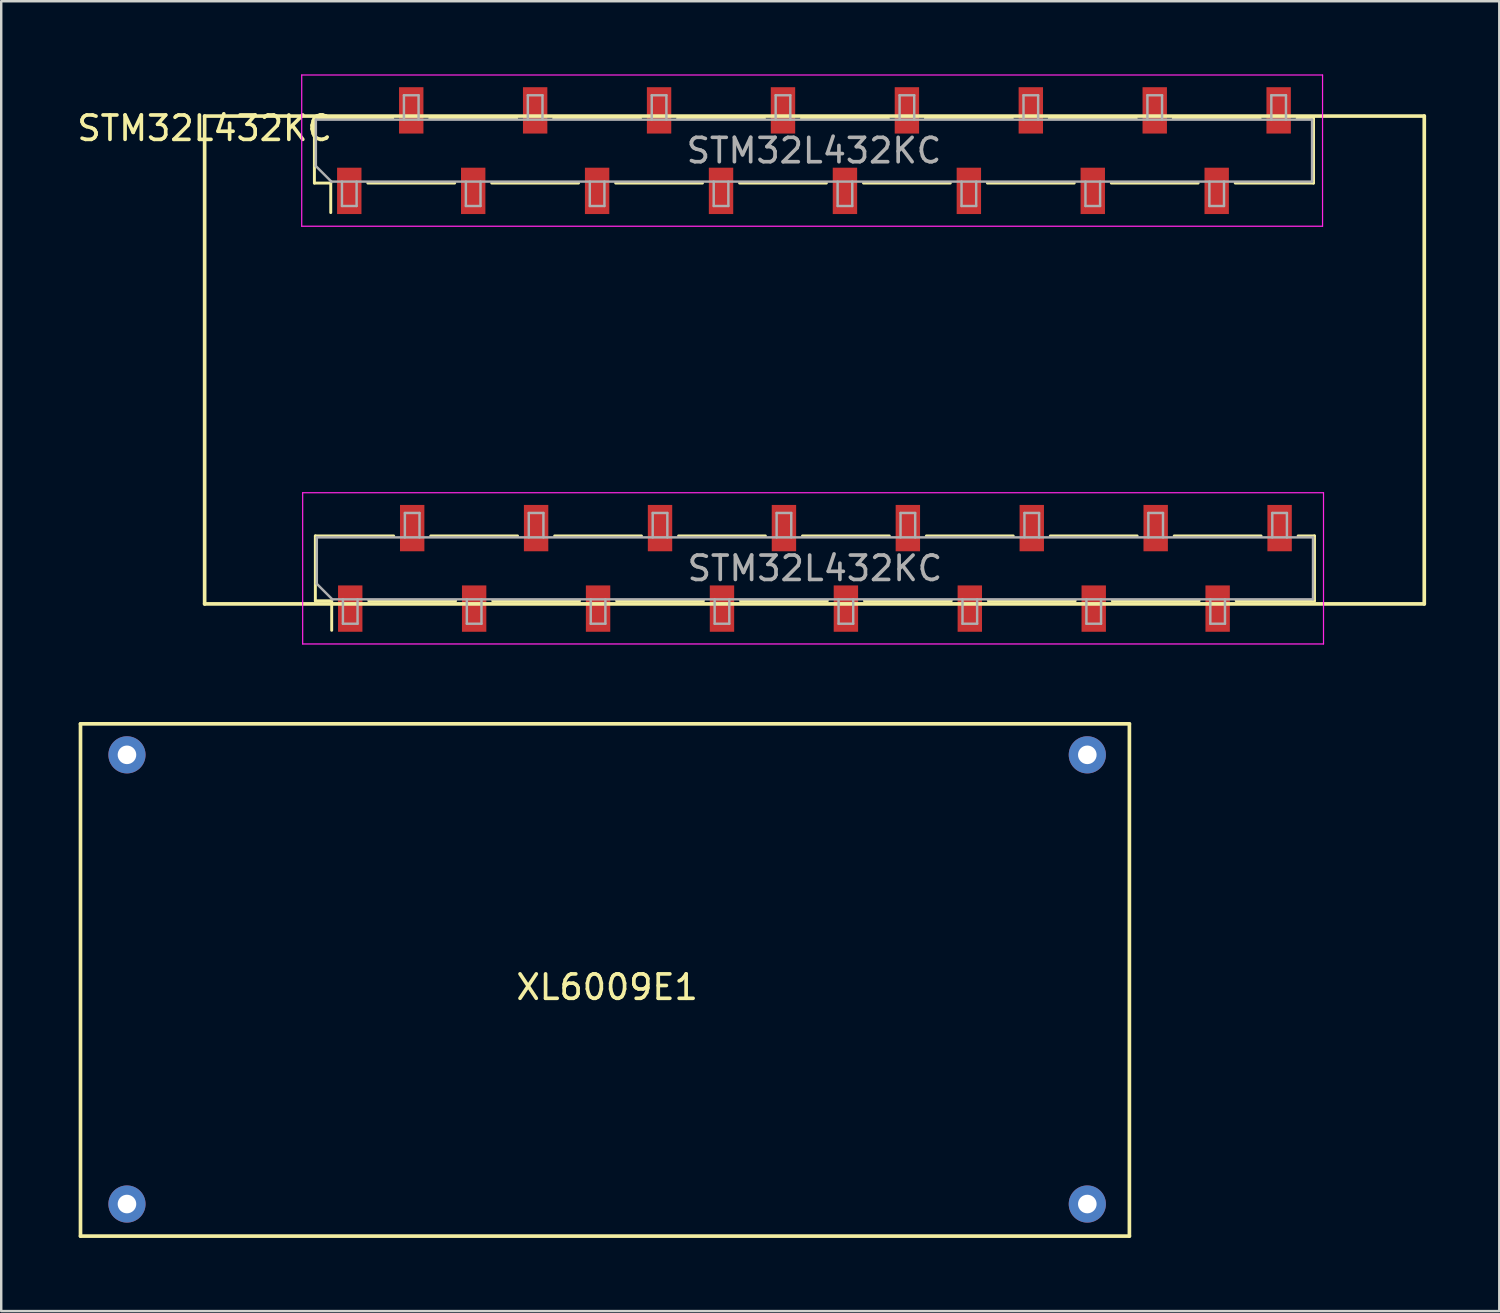
<source format=kicad_pcb>
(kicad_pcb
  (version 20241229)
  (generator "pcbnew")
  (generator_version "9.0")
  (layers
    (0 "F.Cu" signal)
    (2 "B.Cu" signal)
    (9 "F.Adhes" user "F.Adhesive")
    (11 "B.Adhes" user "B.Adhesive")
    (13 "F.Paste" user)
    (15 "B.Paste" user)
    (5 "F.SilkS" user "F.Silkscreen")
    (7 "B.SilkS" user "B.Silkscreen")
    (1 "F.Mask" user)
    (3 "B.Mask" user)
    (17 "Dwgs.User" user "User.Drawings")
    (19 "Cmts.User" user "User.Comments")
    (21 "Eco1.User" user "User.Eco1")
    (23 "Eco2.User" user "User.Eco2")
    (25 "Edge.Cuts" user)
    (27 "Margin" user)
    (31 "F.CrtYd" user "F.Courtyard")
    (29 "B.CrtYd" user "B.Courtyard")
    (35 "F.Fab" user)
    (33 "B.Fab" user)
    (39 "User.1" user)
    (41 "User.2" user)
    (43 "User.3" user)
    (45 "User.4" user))
  (footprint "XL6009E1"
    (layer "F.Cu")
    (at 0.25 26.625)
    (property "Reference" "XL6009E1" (at 21.59 10.795 0) (layer "F.SilkS") (effects (font (size 1 1) (thickness 0.15))))
    (attr through_hole)
    (fp_line (start 0 0) (end 0 21) (stroke (width 0.15) (type solid)) (layer "F.SilkS"))
    (fp_line (start 0 0) (end 43 0) (stroke (width 0.15) (type solid)) (layer "F.SilkS"))
    (fp_line (start 0 21) (end 43 21) (stroke (width 0.15) (type solid)) (layer "F.SilkS"))
    (fp_line (start 43 21) (end 43 0) (stroke (width 0.15) (type solid)) (layer "F.SilkS"))
    (pad "1" thru_hole circle (at 1.905 1.27) (size 1.524 1.524) (drill 0.762) (layers "*.Cu" "*.Mask"))
    (pad "2" thru_hole circle (at 1.905 19.685) (size 1.524 1.524) (drill 0.762) (layers "*.Cu" "*.Mask"))
    (pad "3" thru_hole circle (at 41.275 1.27) (size 1.524 1.524) (drill 0.762) (layers "*.Cu" "*.Mask"))
    (pad "4" thru_hole circle (at 41.275 19.685) (size 1.524 1.524) (drill 0.762) (layers "*.Cu" "*.Mask")))
  (footprint "STM32L432KC"
    (layer "F.Cu")
    (at 5.339 1.708)
    (property "Reference" "STM32L432KC" (at 0 0.5 0) (layer "F.SilkS") (effects (font (size 1 1) (thickness 0.15))))
    (attr through_hole)
    (fp_line (start 0 0) (end 0 20) (stroke (width 0.15) (type solid)) (layer "F.SilkS"))
    (fp_line (start 0 0) (end 50 0) (stroke (width 0.15) (type solid)) (layer "F.SilkS"))
    (fp_line (start 0 20) (end 50 20) (stroke (width 0.15) (type solid)) (layer "F.SilkS"))
    (fp_line (start 4.5 0.087) (end 7.71 0.087) (stroke (width 0.12) (type solid)) (layer "F.SilkS"))
    (fp_line (start 4.5 2.747) (end 4.5 0.087) (stroke (width 0.12) (type solid)) (layer "F.SilkS"))
    (fp_line (start 4.5 2.747) (end 5.17 2.747) (stroke (width 0.12) (type solid)) (layer "F.SilkS"))
    (fp_line (start 4.539 17.212) (end 7.749 17.212) (stroke (width 0.12) (type solid)) (layer "F.SilkS"))
    (fp_line (start 4.539 19.872) (end 4.539 17.212) (stroke (width 0.12) (type solid)) (layer "F.SilkS"))
    (fp_line (start 4.539 19.872) (end 5.209 19.872) (stroke (width 0.12) (type solid)) (layer "F.SilkS"))
    (fp_line (start 5.17 3.957) (end 5.17 2.747) (stroke (width 0.12) (type solid)) (layer "F.SilkS"))
    (fp_line (start 5.209 21.082) (end 5.209 19.872) (stroke (width 0.12) (type solid)) (layer "F.SilkS"))
    (fp_line (start 6.69 2.747) (end 10.25 2.747) (stroke (width 0.12) (type solid)) (layer "F.SilkS"))
    (fp_line (start 6.729 19.872) (end 10.289 19.872) (stroke (width 0.12) (type solid)) (layer "F.SilkS"))
    (fp_line (start 9.23 0.087) (end 12.79 0.087) (stroke (width 0.12) (type solid)) (layer "F.SilkS"))
    (fp_line (start 9.269 17.212) (end 12.829 17.212) (stroke (width 0.12) (type solid)) (layer "F.SilkS"))
    (fp_line (start 11.77 2.747) (end 15.33 2.747) (stroke (width 0.12) (type solid)) (layer "F.SilkS"))
    (fp_line (start 11.809 19.872) (end 15.369 19.872) (stroke (width 0.12) (type solid)) (layer "F.SilkS"))
    (fp_line (start 14.31 0.087) (end 17.87 0.087) (stroke (width 0.12) (type solid)) (layer "F.SilkS"))
    (fp_line (start 14.349 17.212) (end 17.909 17.212) (stroke (width 0.12) (type solid)) (layer "F.SilkS"))
    (fp_line (start 16.85 2.747) (end 20.41 2.747) (stroke (width 0.12) (type solid)) (layer "F.SilkS"))
    (fp_line (start 16.889 19.872) (end 20.449 19.872) (stroke (width 0.12) (type solid)) (layer "F.SilkS"))
    (fp_line (start 19.39 0.087) (end 22.95 0.087) (stroke (width 0.12) (type solid)) (layer "F.SilkS"))
    (fp_line (start 19.429 17.212) (end 22.989 17.212) (stroke (width 0.12) (type solid)) (layer "F.SilkS"))
    (fp_line (start 21.93 2.747) (end 25.49 2.747) (stroke (width 0.12) (type solid)) (layer "F.SilkS"))
    (fp_line (start 21.969 19.872) (end 25.529 19.872) (stroke (width 0.12) (type solid)) (layer "F.SilkS"))
    (fp_line (start 24.47 0.087) (end 28.03 0.087) (stroke (width 0.12) (type solid)) (layer "F.SilkS"))
    (fp_line (start 24.509 17.212) (end 28.069 17.212) (stroke (width 0.12) (type solid)) (layer "F.SilkS"))
    (fp_line (start 27.01 2.747) (end 30.57 2.747) (stroke (width 0.12) (type solid)) (layer "F.SilkS"))
    (fp_line (start 27.049 19.872) (end 30.609 19.872) (stroke (width 0.12) (type solid)) (layer "F.SilkS"))
    (fp_line (start 29.55 0.087) (end 33.11 0.087) (stroke (width 0.12) (type solid)) (layer "F.SilkS"))
    (fp_line (start 29.589 17.212) (end 33.149 17.212) (stroke (width 0.12) (type solid)) (layer "F.SilkS"))
    (fp_line (start 32.09 2.747) (end 35.65 2.747) (stroke (width 0.12) (type solid)) (layer "F.SilkS"))
    (fp_line (start 32.129 19.872) (end 35.689 19.872) (stroke (width 0.12) (type solid)) (layer "F.SilkS"))
    (fp_line (start 34.63 0.087) (end 38.19 0.087) (stroke (width 0.12) (type solid)) (layer "F.SilkS"))
    (fp_line (start 34.669 17.212) (end 38.229 17.212) (stroke (width 0.12) (type solid)) (layer "F.SilkS"))
    (fp_line (start 37.17 2.747) (end 40.73 2.747) (stroke (width 0.12) (type solid)) (layer "F.SilkS"))
    (fp_line (start 37.209 19.872) (end 40.769 19.872) (stroke (width 0.12) (type solid)) (layer "F.SilkS"))
    (fp_line (start 39.71 0.087) (end 43.27 0.087) (stroke (width 0.12) (type solid)) (layer "F.SilkS"))
    (fp_line (start 39.749 17.212) (end 43.309 17.212) (stroke (width 0.12) (type solid)) (layer "F.SilkS"))
    (fp_line (start 42.25 2.747) (end 45.46 2.747) (stroke (width 0.12) (type solid)) (layer "F.SilkS"))
    (fp_line (start 42.289 19.872) (end 45.499 19.872) (stroke (width 0.12) (type solid)) (layer "F.SilkS"))
    (fp_line (start 44.79 0.087) (end 45.46 0.087) (stroke (width 0.12) (type solid)) (layer "F.SilkS"))
    (fp_line (start 44.829 17.212) (end 45.499 17.212) (stroke (width 0.12) (type solid)) (layer "F.SilkS"))
    (fp_line (start 45.46 2.747) (end 45.46 0.087) (stroke (width 0.12) (type solid)) (layer "F.SilkS"))
    (fp_line (start 45.499 19.872) (end 45.499 17.212) (stroke (width 0.12) (type solid)) (layer "F.SilkS"))
    (fp_line (start 50 0) (end 50 20) (stroke (width 0.15) (type solid)) (layer "F.SilkS"))
    (fp_line (start 3.98 -1.683) (end 45.83 -1.683) (stroke (width 0.05) (type solid)) (layer "F.CrtYd"))
    (fp_line (start 3.98 4.517) (end 3.98 -1.683) (stroke (width 0.05) (type solid)) (layer "F.CrtYd"))
    (fp_line (start 4.019 15.442) (end 45.869 15.442) (stroke (width 0.05) (type solid)) (layer "F.CrtYd"))
    (fp_line (start 4.019 21.642) (end 4.019 15.442) (stroke (width 0.05) (type solid)) (layer "F.CrtYd"))
    (fp_line (start 45.83 -1.683) (end 45.83 4.517) (stroke (width 0.05) (type solid)) (layer "F.CrtYd"))
    (fp_line (start 45.83 4.517) (end 3.98 4.517) (stroke (width 0.05) (type solid)) (layer "F.CrtYd"))
    (fp_line (start 45.869 15.442) (end 45.869 21.642) (stroke (width 0.05) (type solid)) (layer "F.CrtYd"))
    (fp_line (start 45.869 21.642) (end 4.019 21.642) (stroke (width 0.05) (type solid)) (layer "F.CrtYd"))
    (fp_line (start 4.56 0.147) (end 45.4 0.147) (stroke (width 0.1) (type solid)) (layer "F.Fab"))
    (fp_line (start 4.56 2.052) (end 4.56 0.147) (stroke (width 0.1) (type solid)) (layer "F.Fab"))
    (fp_line (start 4.599 17.272) (end 45.439 17.272) (stroke (width 0.1) (type solid)) (layer "F.Fab"))
    (fp_line (start 4.599 19.177) (end 4.599 17.272) (stroke (width 0.1) (type solid)) (layer "F.Fab"))
    (fp_line (start 5.195 2.687) (end 4.56 2.052) (stroke (width 0.1) (type solid)) (layer "F.Fab"))
    (fp_line (start 5.234 19.812) (end 4.599 19.177) (stroke (width 0.1) (type solid)) (layer "F.Fab"))
    (fp_line (start 5.63 3.687) (end 5.63 2.687) (stroke (width 0.1) (type solid)) (layer "F.Fab"))
    (fp_line (start 5.669 20.812) (end 5.669 19.812) (stroke (width 0.1) (type solid)) (layer "F.Fab"))
    (fp_line (start 6.23 2.687) (end 6.23 3.687) (stroke (width 0.1) (type solid)) (layer "F.Fab"))
    (fp_line (start 6.23 3.687) (end 5.63 3.687) (stroke (width 0.1) (type solid)) (layer "F.Fab"))
    (fp_line (start 6.269 19.812) (end 6.269 20.812) (stroke (width 0.1) (type solid)) (layer "F.Fab"))
    (fp_line (start 6.269 20.812) (end 5.669 20.812) (stroke (width 0.1) (type solid)) (layer "F.Fab"))
    (fp_line (start 8.17 -0.853) (end 8.77 -0.853) (stroke (width 0.1) (type solid)) (layer "F.Fab"))
    (fp_line (start 8.17 0.147) (end 8.17 -0.853) (stroke (width 0.1) (type solid)) (layer "F.Fab"))
    (fp_line (start 8.209 16.272) (end 8.809 16.272) (stroke (width 0.1) (type solid)) (layer "F.Fab"))
    (fp_line (start 8.209 17.272) (end 8.209 16.272) (stroke (width 0.1) (type solid)) (layer "F.Fab"))
    (fp_line (start 8.77 -0.853) (end 8.77 0.147) (stroke (width 0.1) (type solid)) (layer "F.Fab"))
    (fp_line (start 8.809 16.272) (end 8.809 17.272) (stroke (width 0.1) (type solid)) (layer "F.Fab"))
    (fp_line (start 10.71 3.687) (end 10.71 2.687) (stroke (width 0.1) (type solid)) (layer "F.Fab"))
    (fp_line (start 10.749 20.812) (end 10.749 19.812) (stroke (width 0.1) (type solid)) (layer "F.Fab"))
    (fp_line (start 11.31 2.687) (end 11.31 3.687) (stroke (width 0.1) (type solid)) (layer "F.Fab"))
    (fp_line (start 11.31 3.687) (end 10.71 3.687) (stroke (width 0.1) (type solid)) (layer "F.Fab"))
    (fp_line (start 11.349 19.812) (end 11.349 20.812) (stroke (width 0.1) (type solid)) (layer "F.Fab"))
    (fp_line (start 11.349 20.812) (end 10.749 20.812) (stroke (width 0.1) (type solid)) (layer "F.Fab"))
    (fp_line (start 13.25 -0.853) (end 13.85 -0.853) (stroke (width 0.1) (type solid)) (layer "F.Fab"))
    (fp_line (start 13.25 0.147) (end 13.25 -0.853) (stroke (width 0.1) (type solid)) (layer "F.Fab"))
    (fp_line (start 13.289 16.272) (end 13.889 16.272) (stroke (width 0.1) (type solid)) (layer "F.Fab"))
    (fp_line (start 13.289 17.272) (end 13.289 16.272) (stroke (width 0.1) (type solid)) (layer "F.Fab"))
    (fp_line (start 13.85 -0.853) (end 13.85 0.147) (stroke (width 0.1) (type solid)) (layer "F.Fab"))
    (fp_line (start 13.889 16.272) (end 13.889 17.272) (stroke (width 0.1) (type solid)) (layer "F.Fab"))
    (fp_line (start 15.79 3.687) (end 15.79 2.687) (stroke (width 0.1) (type solid)) (layer "F.Fab"))
    (fp_line (start 15.829 20.812) (end 15.829 19.812) (stroke (width 0.1) (type solid)) (layer "F.Fab"))
    (fp_line (start 16.39 2.687) (end 16.39 3.687) (stroke (width 0.1) (type solid)) (layer "F.Fab"))
    (fp_line (start 16.39 3.687) (end 15.79 3.687) (stroke (width 0.1) (type solid)) (layer "F.Fab"))
    (fp_line (start 16.429 19.812) (end 16.429 20.812) (stroke (width 0.1) (type solid)) (layer "F.Fab"))
    (fp_line (start 16.429 20.812) (end 15.829 20.812) (stroke (width 0.1) (type solid)) (layer "F.Fab"))
    (fp_line (start 18.33 -0.853) (end 18.93 -0.853) (stroke (width 0.1) (type solid)) (layer "F.Fab"))
    (fp_line (start 18.33 0.147) (end 18.33 -0.853) (stroke (width 0.1) (type solid)) (layer "F.Fab"))
    (fp_line (start 18.369 16.272) (end 18.969 16.272) (stroke (width 0.1) (type solid)) (layer "F.Fab"))
    (fp_line (start 18.369 17.272) (end 18.369 16.272) (stroke (width 0.1) (type solid)) (layer "F.Fab"))
    (fp_line (start 18.93 -0.853) (end 18.93 0.147) (stroke (width 0.1) (type solid)) (layer "F.Fab"))
    (fp_line (start 18.969 16.272) (end 18.969 17.272) (stroke (width 0.1) (type solid)) (layer "F.Fab"))
    (fp_line (start 20.87 3.687) (end 20.87 2.687) (stroke (width 0.1) (type solid)) (layer "F.Fab"))
    (fp_line (start 20.909 20.812) (end 20.909 19.812) (stroke (width 0.1) (type solid)) (layer "F.Fab"))
    (fp_line (start 21.47 2.687) (end 21.47 3.687) (stroke (width 0.1) (type solid)) (layer "F.Fab"))
    (fp_line (start 21.47 3.687) (end 20.87 3.687) (stroke (width 0.1) (type solid)) (layer "F.Fab"))
    (fp_line (start 21.509 19.812) (end 21.509 20.812) (stroke (width 0.1) (type solid)) (layer "F.Fab"))
    (fp_line (start 21.509 20.812) (end 20.909 20.812) (stroke (width 0.1) (type solid)) (layer "F.Fab"))
    (fp_line (start 23.41 -0.853) (end 24.01 -0.853) (stroke (width 0.1) (type solid)) (layer "F.Fab"))
    (fp_line (start 23.41 0.147) (end 23.41 -0.853) (stroke (width 0.1) (type solid)) (layer "F.Fab"))
    (fp_line (start 23.449 16.272) (end 24.049 16.272) (stroke (width 0.1) (type solid)) (layer "F.Fab"))
    (fp_line (start 23.449 17.272) (end 23.449 16.272) (stroke (width 0.1) (type solid)) (layer "F.Fab"))
    (fp_line (start 24.01 -0.853) (end 24.01 0.147) (stroke (width 0.1) (type solid)) (layer "F.Fab"))
    (fp_line (start 24.049 16.272) (end 24.049 17.272) (stroke (width 0.1) (type solid)) (layer "F.Fab"))
    (fp_line (start 25.95 3.687) (end 25.95 2.687) (stroke (width 0.1) (type solid)) (layer "F.Fab"))
    (fp_line (start 25.989 20.812) (end 25.989 19.812) (stroke (width 0.1) (type solid)) (layer "F.Fab"))
    (fp_line (start 26.55 2.687) (end 26.55 3.687) (stroke (width 0.1) (type solid)) (layer "F.Fab"))
    (fp_line (start 26.55 3.687) (end 25.95 3.687) (stroke (width 0.1) (type solid)) (layer "F.Fab"))
    (fp_line (start 26.589 19.812) (end 26.589 20.812) (stroke (width 0.1) (type solid)) (layer "F.Fab"))
    (fp_line (start 26.589 20.812) (end 25.989 20.812) (stroke (width 0.1) (type solid)) (layer "F.Fab"))
    (fp_line (start 28.49 -0.853) (end 29.09 -0.853) (stroke (width 0.1) (type solid)) (layer "F.Fab"))
    (fp_line (start 28.49 0.147) (end 28.49 -0.853) (stroke (width 0.1) (type solid)) (layer "F.Fab"))
    (fp_line (start 28.529 16.272) (end 29.129 16.272) (stroke (width 0.1) (type solid)) (layer "F.Fab"))
    (fp_line (start 28.529 17.272) (end 28.529 16.272) (stroke (width 0.1) (type solid)) (layer "F.Fab"))
    (fp_line (start 29.09 -0.853) (end 29.09 0.147) (stroke (width 0.1) (type solid)) (layer "F.Fab"))
    (fp_line (start 29.129 16.272) (end 29.129 17.272) (stroke (width 0.1) (type solid)) (layer "F.Fab"))
    (fp_line (start 31.03 3.687) (end 31.03 2.687) (stroke (width 0.1) (type solid)) (layer "F.Fab"))
    (fp_line (start 31.069 20.812) (end 31.069 19.812) (stroke (width 0.1) (type solid)) (layer "F.Fab"))
    (fp_line (start 31.63 2.687) (end 31.63 3.687) (stroke (width 0.1) (type solid)) (layer "F.Fab"))
    (fp_line (start 31.63 3.687) (end 31.03 3.687) (stroke (width 0.1) (type solid)) (layer "F.Fab"))
    (fp_line (start 31.669 19.812) (end 31.669 20.812) (stroke (width 0.1) (type solid)) (layer "F.Fab"))
    (fp_line (start 31.669 20.812) (end 31.069 20.812) (stroke (width 0.1) (type solid)) (layer "F.Fab"))
    (fp_line (start 33.57 -0.853) (end 34.17 -0.853) (stroke (width 0.1) (type solid)) (layer "F.Fab"))
    (fp_line (start 33.57 0.147) (end 33.57 -0.853) (stroke (width 0.1) (type solid)) (layer "F.Fab"))
    (fp_line (start 33.609 16.272) (end 34.209 16.272) (stroke (width 0.1) (type solid)) (layer "F.Fab"))
    (fp_line (start 33.609 17.272) (end 33.609 16.272) (stroke (width 0.1) (type solid)) (layer "F.Fab"))
    (fp_line (start 34.17 -0.853) (end 34.17 0.147) (stroke (width 0.1) (type solid)) (layer "F.Fab"))
    (fp_line (start 34.209 16.272) (end 34.209 17.272) (stroke (width 0.1) (type solid)) (layer "F.Fab"))
    (fp_line (start 36.11 3.687) (end 36.11 2.687) (stroke (width 0.1) (type solid)) (layer "F.Fab"))
    (fp_line (start 36.149 20.812) (end 36.149 19.812) (stroke (width 0.1) (type solid)) (layer "F.Fab"))
    (fp_line (start 36.71 2.687) (end 36.71 3.687) (stroke (width 0.1) (type solid)) (layer "F.Fab"))
    (fp_line (start 36.71 3.687) (end 36.11 3.687) (stroke (width 0.1) (type solid)) (layer "F.Fab"))
    (fp_line (start 36.749 19.812) (end 36.749 20.812) (stroke (width 0.1) (type solid)) (layer "F.Fab"))
    (fp_line (start 36.749 20.812) (end 36.149 20.812) (stroke (width 0.1) (type solid)) (layer "F.Fab"))
    (fp_line (start 38.65 -0.853) (end 39.25 -0.853) (stroke (width 0.1) (type solid)) (layer "F.Fab"))
    (fp_line (start 38.65 0.147) (end 38.65 -0.853) (stroke (width 0.1) (type solid)) (layer "F.Fab"))
    (fp_line (start 38.689 16.272) (end 39.289 16.272) (stroke (width 0.1) (type solid)) (layer "F.Fab"))
    (fp_line (start 38.689 17.272) (end 38.689 16.272) (stroke (width 0.1) (type solid)) (layer "F.Fab"))
    (fp_line (start 39.25 -0.853) (end 39.25 0.147) (stroke (width 0.1) (type solid)) (layer "F.Fab"))
    (fp_line (start 39.289 16.272) (end 39.289 17.272) (stroke (width 0.1) (type solid)) (layer "F.Fab"))
    (fp_line (start 41.19 3.687) (end 41.19 2.687) (stroke (width 0.1) (type solid)) (layer "F.Fab"))
    (fp_line (start 41.229 20.812) (end 41.229 19.812) (stroke (width 0.1) (type solid)) (layer "F.Fab"))
    (fp_line (start 41.79 2.687) (end 41.79 3.687) (stroke (width 0.1) (type solid)) (layer "F.Fab"))
    (fp_line (start 41.79 3.687) (end 41.19 3.687) (stroke (width 0.1) (type solid)) (layer "F.Fab"))
    (fp_line (start 41.829 19.812) (end 41.829 20.812) (stroke (width 0.1) (type solid)) (layer "F.Fab"))
    (fp_line (start 41.829 20.812) (end 41.229 20.812) (stroke (width 0.1) (type solid)) (layer "F.Fab"))
    (fp_line (start 43.73 -0.853) (end 44.33 -0.853) (stroke (width 0.1) (type solid)) (layer "F.Fab"))
    (fp_line (start 43.73 0.147) (end 43.73 -0.853) (stroke (width 0.1) (type solid)) (layer "F.Fab"))
    (fp_line (start 43.769 16.272) (end 44.369 16.272) (stroke (width 0.1) (type solid)) (layer "F.Fab"))
    (fp_line (start 43.769 17.272) (end 43.769 16.272) (stroke (width 0.1) (type solid)) (layer "F.Fab"))
    (fp_line (start 44.33 -0.853) (end 44.33 0.147) (stroke (width 0.1) (type solid)) (layer "F.Fab"))
    (fp_line (start 44.369 16.272) (end 44.369 17.272) (stroke (width 0.1) (type solid)) (layer "F.Fab"))
    (fp_line (start 45.4 0.147) (end 45.4 2.687) (stroke (width 0.1) (type solid)) (layer "F.Fab"))
    (fp_line (start 45.4 2.687) (end 5.195 2.687) (stroke (width 0.1) (type solid)) (layer "F.Fab"))
    (fp_line (start 45.439 17.272) (end 45.439 19.812) (stroke (width 0.1) (type solid)) (layer "F.Fab"))
    (fp_line (start 45.439 19.812) (end 5.234 19.812) (stroke (width 0.1) (type solid)) (layer "F.Fab"))
    (fp_text user "${REFERENCE}" (at 25.019 18.542 180) (layer "F.Fab") (effects (font (size 1 1) (thickness 0.15))))
    (fp_text user "${REFERENCE}" (at 24.98 1.417 180) (layer "F.Fab") (effects (font (size 1 1) (thickness 0.15))))
    (pad "1" smd rect (at 5.93 3.067 90) (size 1.9 1) (layers "F.Cu" "F.Mask" "F.Paste"))
    (pad "2" smd rect (at 8.47 -0.233 90) (size 1.9 1) (layers "F.Cu" "F.Mask" "F.Paste"))
    (pad "3" smd rect (at 11.01 3.067 90) (size 1.9 1) (layers "F.Cu" "F.Mask" "F.Paste"))
    (pad "4" smd rect (at 13.55 -0.233 90) (size 1.9 1) (layers "F.Cu" "F.Mask" "F.Paste"))
    (pad "5" smd rect (at 16.09 3.067 90) (size 1.9 1) (layers "F.Cu" "F.Mask" "F.Paste"))
    (pad "6" smd rect (at 18.63 -0.233 90) (size 1.9 1) (layers "F.Cu" "F.Mask" "F.Paste"))
    (pad "7" smd rect (at 21.17 3.067 90) (size 1.9 1) (layers "F.Cu" "F.Mask" "F.Paste"))
    (pad "8" smd rect (at 23.71 -0.233 90) (size 1.9 1) (layers "F.Cu" "F.Mask" "F.Paste"))
    (pad "9" smd rect (at 26.25 3.067 90) (size 1.9 1) (layers "F.Cu" "F.Mask" "F.Paste"))
    (pad "10" smd rect (at 28.79 -0.233 90) (size 1.9 1) (layers "F.Cu" "F.Mask" "F.Paste"))
    (pad "11" smd rect (at 31.33 3.067 90) (size 1.9 1) (layers "F.Cu" "F.Mask" "F.Paste"))
    (pad "12" smd rect (at 33.87 -0.233 90) (size 1.9 1) (layers "F.Cu" "F.Mask" "F.Paste"))
    (pad "13" smd rect (at 36.41 3.067 90) (size 1.9 1) (layers "F.Cu" "F.Mask" "F.Paste"))
    (pad "14" smd rect (at 38.95 -0.233 90) (size 1.9 1) (layers "F.Cu" "F.Mask" "F.Paste"))
    (pad "15" smd rect (at 41.49 3.067 90) (size 1.9 1) (layers "F.Cu" "F.Mask" "F.Paste"))
    (pad "16" smd rect (at 44.03 -0.233 90) (size 1.9 1) (layers "F.Cu" "F.Mask" "F.Paste"))
    (pad "17" smd rect (at 44.069 16.892 90) (size 1.9 1) (layers "F.Cu" "F.Mask" "F.Paste"))
    (pad "18" smd rect (at 41.529 20.192 90) (size 1.9 1) (layers "F.Cu" "F.Mask" "F.Paste"))
    (pad "19" smd rect (at 38.989 16.892 90) (size 1.9 1) (layers "F.Cu" "F.Mask" "F.Paste"))
    (pad "20" smd rect (at 36.449 20.192 90) (size 1.9 1) (layers "F.Cu" "F.Mask" "F.Paste"))
    (pad "21" smd rect (at 33.909 16.892 90) (size 1.9 1) (layers "F.Cu" "F.Mask" "F.Paste"))
    (pad "22" smd rect (at 31.369 20.192 90) (size 1.9 1) (layers "F.Cu" "F.Mask" "F.Paste"))
    (pad "23" smd rect (at 28.829 16.892 90) (size 1.9 1) (layers "F.Cu" "F.Mask" "F.Paste"))
    (pad "24" smd rect (at 26.289 20.192 90) (size 1.9 1) (layers "F.Cu" "F.Mask" "F.Paste"))
    (pad "25" smd rect (at 23.749 16.892 90) (size 1.9 1) (layers "F.Cu" "F.Mask" "F.Paste"))
    (pad "26" smd rect (at 21.209 20.192 90) (size 1.9 1) (layers "F.Cu" "F.Mask" "F.Paste"))
    (pad "27" smd rect (at 18.669 16.892 90) (size 1.9 1) (layers "F.Cu" "F.Mask" "F.Paste"))
    (pad "28" smd rect (at 16.129 20.192 90) (size 1.9 1) (layers "F.Cu" "F.Mask" "F.Paste"))
    (pad "29" smd rect (at 13.589 16.892 90) (size 1.9 1) (layers "F.Cu" "F.Mask" "F.Paste"))
    (pad "30" smd rect (at 11.049 20.192 90) (size 1.9 1) (layers "F.Cu" "F.Mask" "F.Paste"))
    (pad "31" smd rect (at 8.509 16.892 90) (size 1.9 1) (layers "F.Cu" "F.Mask" "F.Paste"))
    (pad "32" smd rect (at 5.969 20.192 90) (size 1.9 1) (layers "F.Cu" "F.Mask" "F.Paste")))
  (gr_rect
    (start -3 -3)
    (end 58.414 50.7)
    (stroke (width 0.1) (type default))
    (fill no)
    (layer "Edge.Cuts")))
</source>
